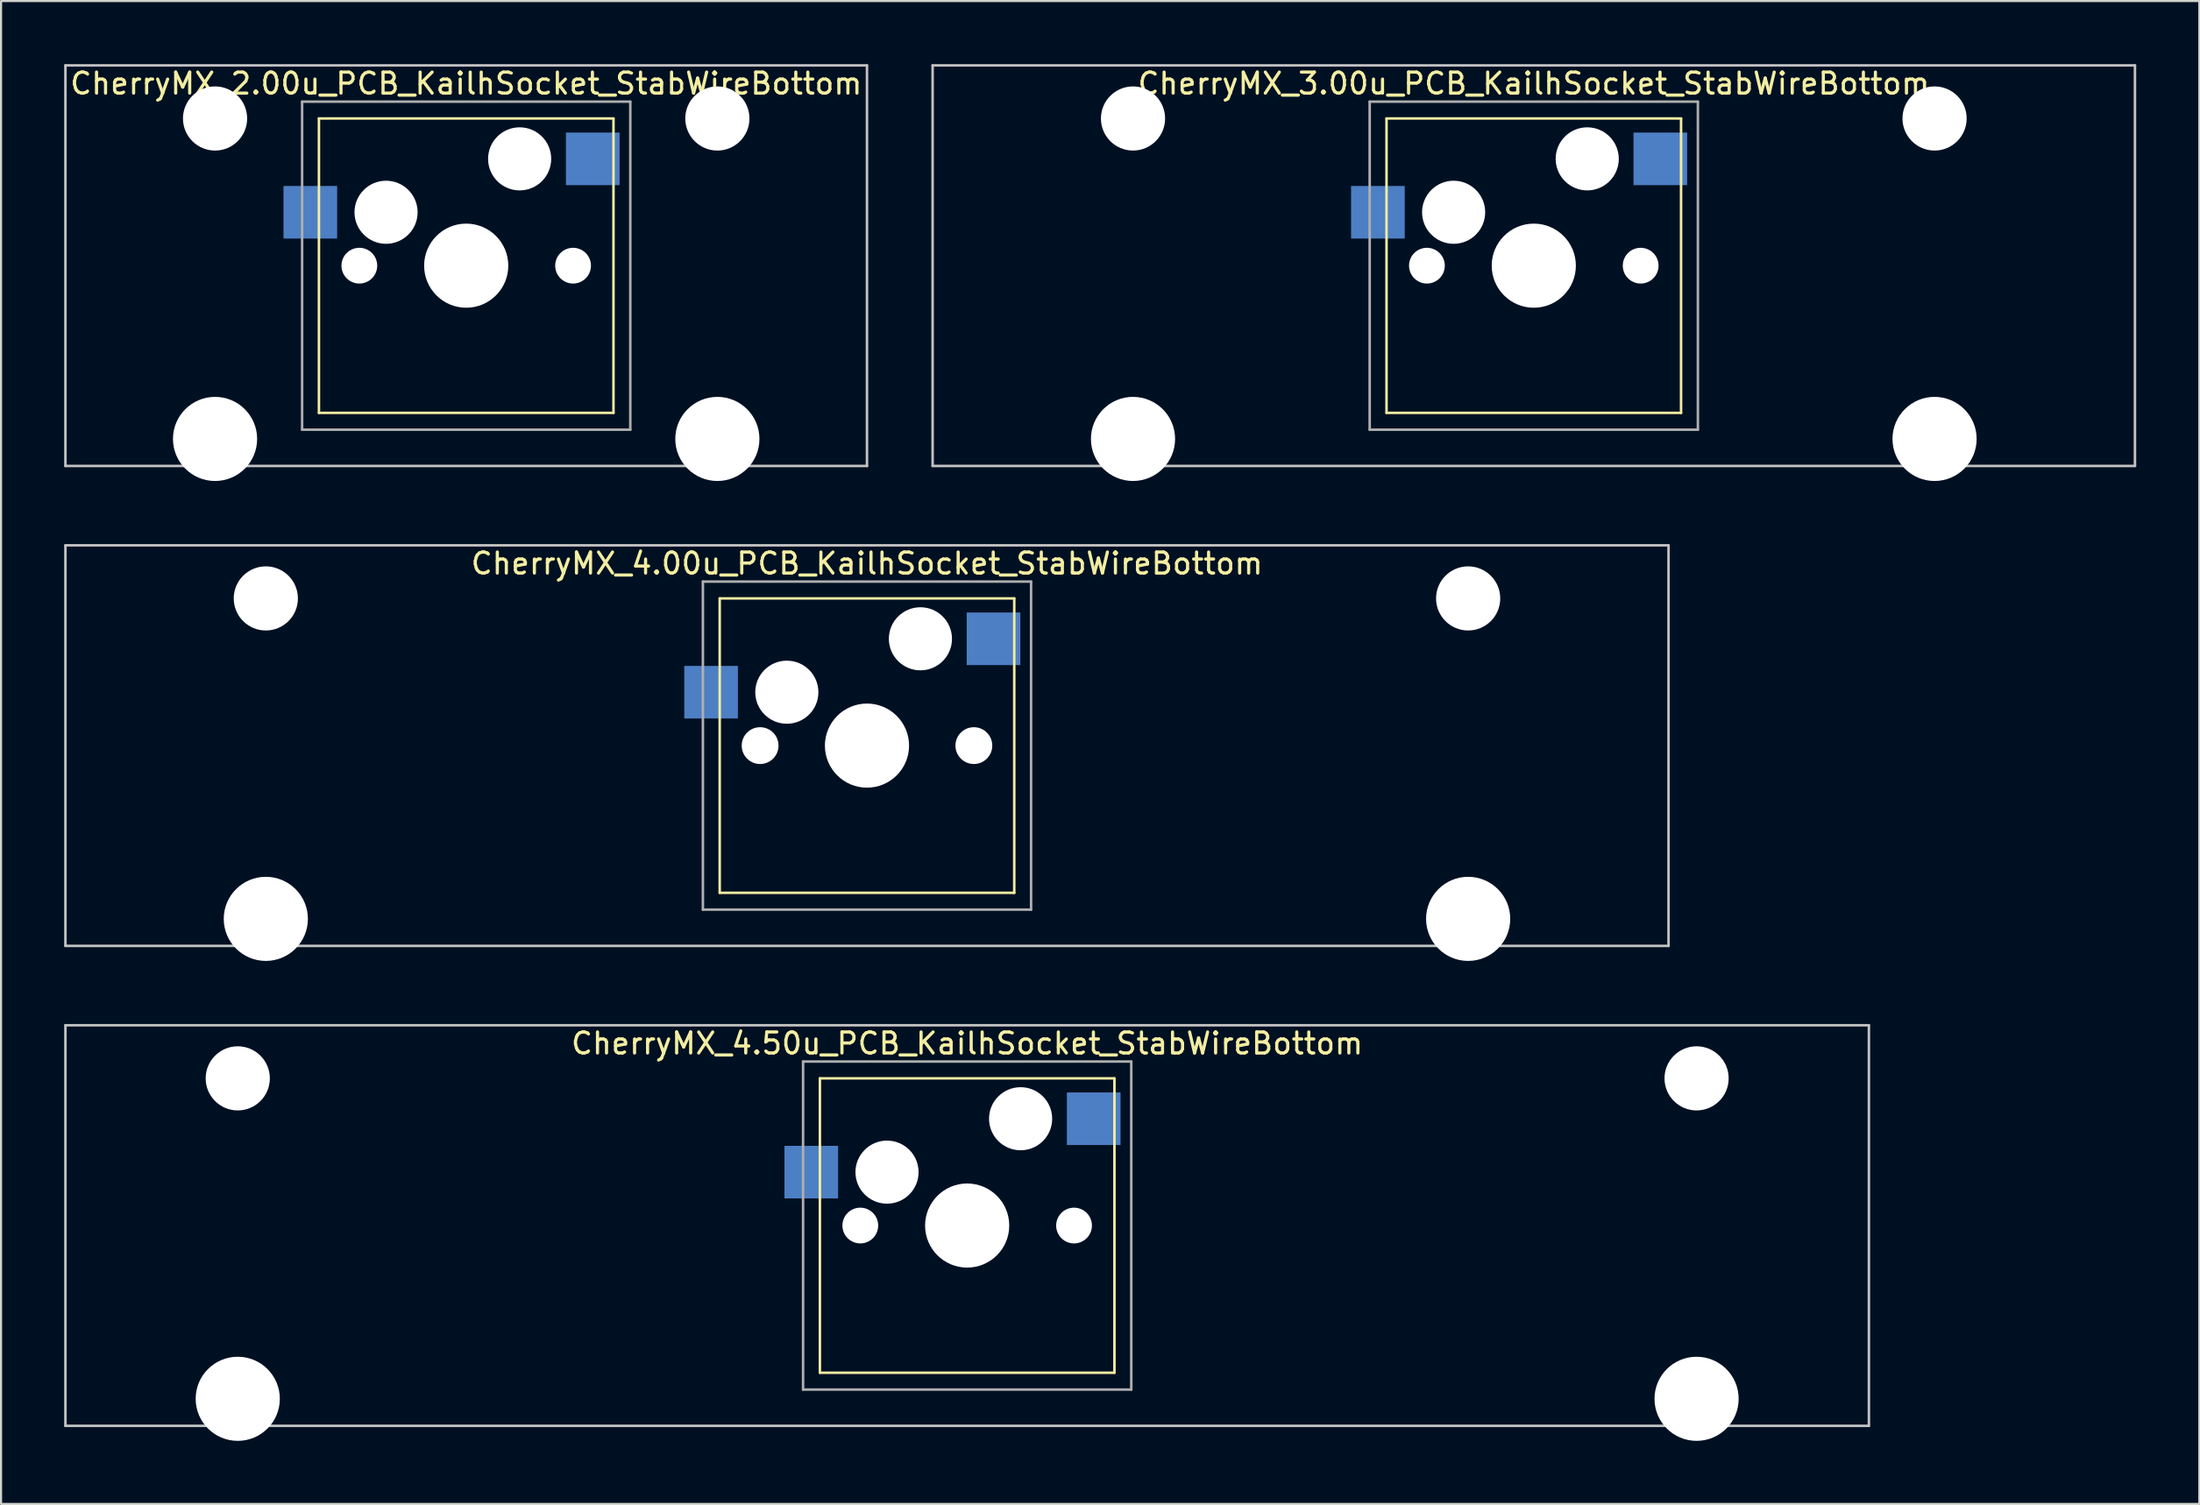
<source format=kicad_pcb>
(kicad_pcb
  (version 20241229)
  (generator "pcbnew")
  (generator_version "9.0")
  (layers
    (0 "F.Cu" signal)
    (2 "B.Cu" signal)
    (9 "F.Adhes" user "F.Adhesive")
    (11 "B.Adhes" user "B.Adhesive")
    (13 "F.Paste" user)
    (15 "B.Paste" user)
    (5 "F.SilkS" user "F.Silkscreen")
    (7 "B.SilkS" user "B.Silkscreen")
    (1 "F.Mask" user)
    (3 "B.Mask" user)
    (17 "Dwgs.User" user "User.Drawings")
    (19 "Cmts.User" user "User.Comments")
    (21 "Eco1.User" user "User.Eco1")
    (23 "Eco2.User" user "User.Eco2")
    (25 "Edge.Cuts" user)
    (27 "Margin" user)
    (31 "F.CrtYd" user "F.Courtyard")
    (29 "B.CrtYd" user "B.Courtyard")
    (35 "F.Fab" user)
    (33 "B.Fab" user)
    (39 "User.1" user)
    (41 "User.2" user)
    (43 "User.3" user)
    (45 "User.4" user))
  (footprint "CherryMX_4.00u_PCB_KailhSocket_StabWireBottom"
    (layer "F.Cu")
    (at 38.16 32.41)
    (property "Reference" "CherryMX_4.00u_PCB_KailhSocket_StabWireBottom" (at 0 -8.662 0) (layer "F.SilkS") (effects (font (size 1 1) (thickness 0.15))))
    (attr through_hole)
    (fp_line (start -7 -7) (end -7 7) (stroke (width 0.12) (type solid)) (layer "F.SilkS"))
    (fp_line (start -7 -7) (end 7 -7) (stroke (width 0.12) (type solid)) (layer "F.SilkS"))
    (fp_line (start 7 -7) (end 7 7) (stroke (width 0.12) (type solid)) (layer "F.SilkS"))
    (fp_line (start 7 7) (end -7 7) (stroke (width 0.12) (type solid)) (layer "F.SilkS"))
    (fp_line (start -38.1 -9.525) (end 38.1 -9.525) (stroke (width 0.12) (type solid)) (layer "Dwgs.User"))
    (fp_line (start -38.1 9.525) (end -38.1 -9.525) (stroke (width 0.12) (type solid)) (layer "Dwgs.User"))
    (fp_line (start 38.1 -9.525) (end 38.1 9.525) (stroke (width 0.12) (type solid)) (layer "Dwgs.User"))
    (fp_line (start 38.1 9.525) (end -38.1 9.525) (stroke (width 0.12) (type solid)) (layer "Dwgs.User"))
    (fp_line (start -7.8 -7.8) (end -7.8 7.8) (stroke (width 0.12) (type solid)) (layer "F.Fab"))
    (fp_line (start -7.8 -7.8) (end 7.8 -7.8) (stroke (width 0.12) (type solid)) (layer "F.Fab"))
    (fp_line (start -7.8 7.8) (end 7.8 7.8) (stroke (width 0.12) (type solid)) (layer "F.Fab"))
    (fp_line (start 7.8 -7.8) (end 7.8 7.8) (stroke (width 0.12) (type solid)) (layer "F.Fab"))
    (pad "" np_thru_hole circle (at -28.575 -7) (size 3.05 3.05) (drill 3.05) (layers "*.Cu" "*.Mask"))
    (pad "" np_thru_hole circle (at -28.575 8.24) (size 4 4) (drill 4) (layers "*.Cu" "*.Mask"))
    (pad "" np_thru_hole circle (at -5.08 0) (size 1.75 1.75) (drill 1.75) (layers "*.Cu" "*.Mask"))
    (pad "" np_thru_hole circle (at -3.81 -2.54) (size 3 3) (drill 3) (layers "*.Cu" "*.Mask"))
    (pad "" np_thru_hole circle (at 0 0) (size 4 4) (drill 4) (layers "*.Cu" "*.Mask"))
    (pad "" np_thru_hole circle (at 2.54 -5.08) (size 3 3) (drill 3) (layers "*.Cu" "*.Mask"))
    (pad "" np_thru_hole circle (at 5.08 0) (size 1.75 1.75) (drill 1.75) (layers "*.Cu" "*.Mask"))
    (pad "" np_thru_hole circle (at 28.575 -7) (size 3.05 3.05) (drill 3.05) (layers "*.Cu" "*.Mask"))
    (pad "" np_thru_hole circle (at 28.575 8.24) (size 4 4) (drill 4) (layers "*.Cu" "*.Mask"))
    (pad "1" smd rect (at -7.41 -2.54) (size 2.55 2.5) (layers "B.Cu" "B.Mask" "B.Paste"))
    (pad "2" smd rect (at 6.015 -5.08) (size 2.55 2.5) (layers "B.Cu" "B.Mask" "B.Paste")))
  (footprint "CherryMX_4.50u_PCB_KailhSocket_StabWireBottom"
    (layer "F.Cu")
    (at 42.922 55.235)
    (property "Reference" "CherryMX_4.50u_PCB_KailhSocket_StabWireBottom" (at 0 -8.662 0) (layer "F.SilkS") (effects (font (size 1 1) (thickness 0.15))))
    (attr through_hole)
    (fp_line (start -7 -7) (end -7 7) (stroke (width 0.12) (type solid)) (layer "F.SilkS"))
    (fp_line (start -7 -7) (end 7 -7) (stroke (width 0.12) (type solid)) (layer "F.SilkS"))
    (fp_line (start 7 -7) (end 7 7) (stroke (width 0.12) (type solid)) (layer "F.SilkS"))
    (fp_line (start 7 7) (end -7 7) (stroke (width 0.12) (type solid)) (layer "F.SilkS"))
    (fp_line (start -42.862 -9.525) (end 42.862 -9.525) (stroke (width 0.12) (type solid)) (layer "Dwgs.User"))
    (fp_line (start -42.862 9.525) (end -42.862 -9.525) (stroke (width 0.12) (type solid)) (layer "Dwgs.User"))
    (fp_line (start 42.862 -9.525) (end 42.862 9.525) (stroke (width 0.12) (type solid)) (layer "Dwgs.User"))
    (fp_line (start 42.862 9.525) (end -42.862 9.525) (stroke (width 0.12) (type solid)) (layer "Dwgs.User"))
    (fp_line (start -7.8 -7.8) (end -7.8 7.8) (stroke (width 0.12) (type solid)) (layer "F.Fab"))
    (fp_line (start -7.8 -7.8) (end 7.8 -7.8) (stroke (width 0.12) (type solid)) (layer "F.Fab"))
    (fp_line (start -7.8 7.8) (end 7.8 7.8) (stroke (width 0.12) (type solid)) (layer "F.Fab"))
    (fp_line (start 7.8 -7.8) (end 7.8 7.8) (stroke (width 0.12) (type solid)) (layer "F.Fab"))
    (pad "" np_thru_hole circle (at -34.671 -7) (size 3.05 3.05) (drill 3.05) (layers "*.Cu" "*.Mask"))
    (pad "" np_thru_hole circle (at -34.671 8.24) (size 4 4) (drill 4) (layers "*.Cu" "*.Mask"))
    (pad "" np_thru_hole circle (at -5.08 0) (size 1.7 1.7) (drill 1.7) (layers "*.Cu" "*.Mask"))
    (pad "" np_thru_hole circle (at -3.81 -2.54) (size 3 3) (drill 3) (layers "*.Cu" "*.Mask"))
    (pad "" np_thru_hole circle (at 0 0) (size 4 4) (drill 4) (layers "*.Cu" "*.Mask"))
    (pad "" np_thru_hole circle (at 2.54 -5.08) (size 3 3) (drill 3) (layers "*.Cu" "*.Mask"))
    (pad "" np_thru_hole circle (at 5.08 0) (size 1.7 1.7) (drill 1.7) (layers "*.Cu" "*.Mask"))
    (pad "" np_thru_hole circle (at 34.671 -7) (size 3.05 3.05) (drill 3.05) (layers "*.Cu" "*.Mask"))
    (pad "" np_thru_hole circle (at 34.671 8.24) (size 4 4) (drill 4) (layers "*.Cu" "*.Mask"))
    (pad "1" smd rect (at -7.41 -2.54) (size 2.55 2.5) (layers "B.Cu" "B.Mask" "B.Paste"))
    (pad "2" smd rect (at 6.015 -5.08) (size 2.55 2.5) (layers "B.Cu" "B.Mask" "B.Paste")))
  (footprint "CherryMX_2.00u_PCB_KailhSocket_StabWireBottom"
    (layer "F.Cu")
    (at 19.11 9.585)
    (property "Reference" "CherryMX_2.00u_PCB_KailhSocket_StabWireBottom" (at 0 -8.662 0) (layer "F.SilkS") (effects (font (size 1 1) (thickness 0.15))))
    (attr through_hole)
    (fp_line (start -7 -7) (end -7 7) (stroke (width 0.12) (type solid)) (layer "F.SilkS"))
    (fp_line (start -7 -7) (end 7 -7) (stroke (width 0.12) (type solid)) (layer "F.SilkS"))
    (fp_line (start 7 -7) (end 7 7) (stroke (width 0.12) (type solid)) (layer "F.SilkS"))
    (fp_line (start 7 7) (end -7 7) (stroke (width 0.12) (type solid)) (layer "F.SilkS"))
    (fp_line (start -19.05 -9.525) (end 19.05 -9.525) (stroke (width 0.12) (type solid)) (layer "Dwgs.User"))
    (fp_line (start -19.05 9.525) (end -19.05 -9.525) (stroke (width 0.12) (type solid)) (layer "Dwgs.User"))
    (fp_line (start 19.05 -9.525) (end 19.05 9.525) (stroke (width 0.12) (type solid)) (layer "Dwgs.User"))
    (fp_line (start 19.05 9.525) (end -19.05 9.525) (stroke (width 0.12) (type solid)) (layer "Dwgs.User"))
    (fp_line (start -7.8 -7.8) (end -7.8 7.8) (stroke (width 0.12) (type solid)) (layer "F.Fab"))
    (fp_line (start -7.8 -7.8) (end 7.8 -7.8) (stroke (width 0.12) (type solid)) (layer "F.Fab"))
    (fp_line (start -7.8 7.8) (end 7.8 7.8) (stroke (width 0.12) (type solid)) (layer "F.Fab"))
    (fp_line (start 7.8 -7.8) (end 7.8 7.8) (stroke (width 0.12) (type solid)) (layer "F.Fab"))
    (pad "" np_thru_hole circle (at -11.938 -7) (size 3.05 3.05) (drill 3.05) (layers "*.Cu" "*.Mask"))
    (pad "" np_thru_hole circle (at -11.938 8.24) (size 4 4) (drill 4) (layers "*.Cu" "*.Mask"))
    (pad "" np_thru_hole circle (at -5.08 0) (size 1.7 1.7) (drill 1.7) (layers "*.Cu" "*.Mask"))
    (pad "" np_thru_hole circle (at -3.81 -2.54) (size 3 3) (drill 3) (layers "*.Cu" "*.Mask"))
    (pad "" np_thru_hole circle (at 0 0) (size 4 4) (drill 4) (layers "*.Cu" "*.Mask"))
    (pad "" np_thru_hole circle (at 2.54 -5.08) (size 3 3) (drill 3) (layers "*.Cu" "*.Mask"))
    (pad "" np_thru_hole circle (at 5.08 0) (size 1.7 1.7) (drill 1.7) (layers "*.Cu" "*.Mask"))
    (pad "" np_thru_hole circle (at 11.938 -7) (size 3.05 3.05) (drill 3.05) (layers "*.Cu" "*.Mask"))
    (pad "" np_thru_hole circle (at 11.938 8.24) (size 4 4) (drill 4) (layers "*.Cu" "*.Mask"))
    (pad "1" smd rect (at -7.41 -2.54) (size 2.55 2.5) (layers "B.Cu" "B.Mask" "B.Paste"))
    (pad "2" smd rect (at 6.015 -5.08) (size 2.55 2.5) (layers "B.Cu" "B.Mask" "B.Paste")))
  (footprint "CherryMX_3.00u_PCB_KailhSocket_StabWireBottom"
    (layer "F.Cu")
    (at 69.855 9.585)
    (property "Reference" "CherryMX_3.00u_PCB_KailhSocket_StabWireBottom" (at 0 -8.662 0) (layer "F.SilkS") (effects (font (size 1 1) (thickness 0.15))))
    (attr through_hole)
    (fp_line (start -7 -7) (end -7 7) (stroke (width 0.12) (type solid)) (layer "F.SilkS"))
    (fp_line (start -7 -7) (end 7 -7) (stroke (width 0.12) (type solid)) (layer "F.SilkS"))
    (fp_line (start 7 -7) (end 7 7) (stroke (width 0.12) (type solid)) (layer "F.SilkS"))
    (fp_line (start 7 7) (end -7 7) (stroke (width 0.12) (type solid)) (layer "F.SilkS"))
    (fp_line (start -28.575 -9.525) (end 28.575 -9.525) (stroke (width 0.12) (type solid)) (layer "Dwgs.User"))
    (fp_line (start -28.575 9.525) (end -28.575 -9.525) (stroke (width 0.12) (type solid)) (layer "Dwgs.User"))
    (fp_line (start 28.575 -9.525) (end 28.575 9.525) (stroke (width 0.12) (type solid)) (layer "Dwgs.User"))
    (fp_line (start 28.575 9.525) (end -28.575 9.525) (stroke (width 0.12) (type solid)) (layer "Dwgs.User"))
    (fp_line (start -7.8 -7.8) (end -7.8 7.8) (stroke (width 0.12) (type solid)) (layer "F.Fab"))
    (fp_line (start -7.8 -7.8) (end 7.8 -7.8) (stroke (width 0.12) (type solid)) (layer "F.Fab"))
    (fp_line (start -7.8 7.8) (end 7.8 7.8) (stroke (width 0.12) (type solid)) (layer "F.Fab"))
    (fp_line (start 7.8 -7.8) (end 7.8 7.8) (stroke (width 0.12) (type solid)) (layer "F.Fab"))
    (pad "" np_thru_hole circle (at -19.05 -7) (size 3.05 3.05) (drill 3.05) (layers "*.Cu" "*.Mask"))
    (pad "" np_thru_hole circle (at -19.05 8.24) (size 4 4) (drill 4) (layers "*.Cu" "*.Mask"))
    (pad "" np_thru_hole circle (at -5.08 0) (size 1.7 1.7) (drill 1.7) (layers "*.Cu" "*.Mask"))
    (pad "" np_thru_hole circle (at -3.81 -2.54) (size 3 3) (drill 3) (layers "*.Cu" "*.Mask"))
    (pad "" np_thru_hole circle (at 0 0) (size 4 4) (drill 4) (layers "*.Cu" "*.Mask"))
    (pad "" np_thru_hole circle (at 2.54 -5.08) (size 3 3) (drill 3) (layers "*.Cu" "*.Mask"))
    (pad "" np_thru_hole circle (at 5.08 0) (size 1.7 1.7) (drill 1.7) (layers "*.Cu" "*.Mask"))
    (pad "" np_thru_hole circle (at 19.05 -7) (size 3.05 3.05) (drill 3.05) (layers "*.Cu" "*.Mask"))
    (pad "" np_thru_hole circle (at 19.05 8.24) (size 4 4) (drill 4) (layers "*.Cu" "*.Mask"))
    (pad "1" smd rect (at -7.41 -2.54) (size 2.55 2.5) (layers "B.Cu" "B.Mask" "B.Paste"))
    (pad "2" smd rect (at 6.015 -5.08) (size 2.55 2.5) (layers "B.Cu" "B.Mask" "B.Paste")))
  (gr_rect
    (start -3 -3)
    (end 101.49 68.475)
    (stroke (width 0.1) (type default))
    (fill no)
    (layer "Edge.Cuts")))
</source>
